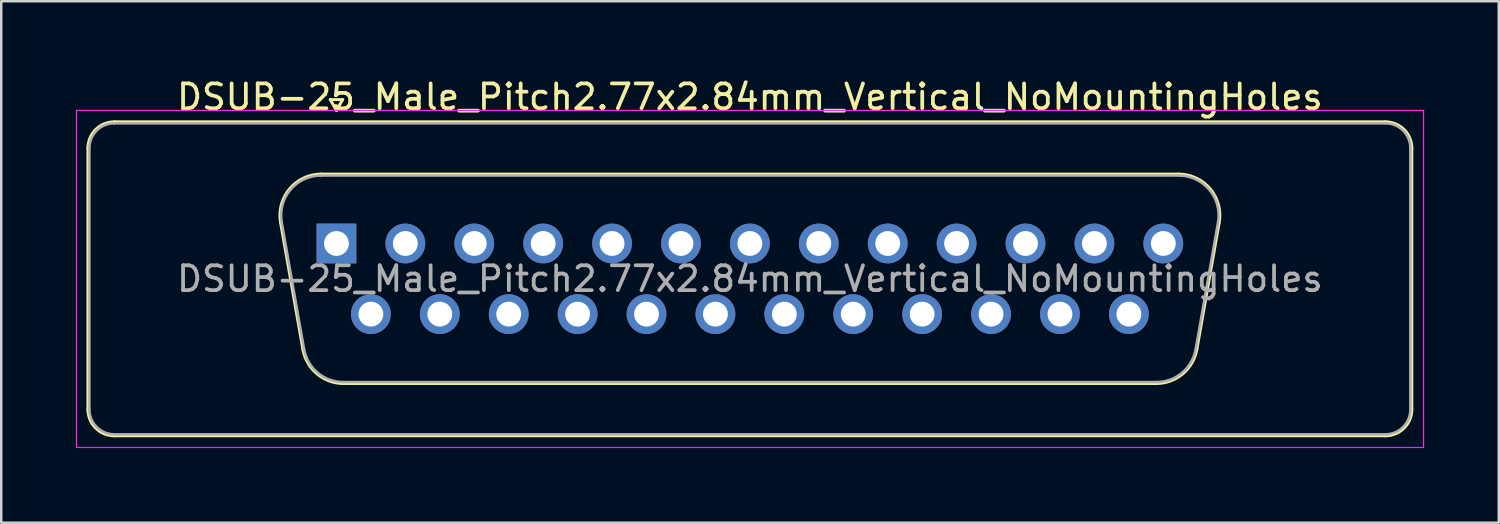
<source format=kicad_pcb>
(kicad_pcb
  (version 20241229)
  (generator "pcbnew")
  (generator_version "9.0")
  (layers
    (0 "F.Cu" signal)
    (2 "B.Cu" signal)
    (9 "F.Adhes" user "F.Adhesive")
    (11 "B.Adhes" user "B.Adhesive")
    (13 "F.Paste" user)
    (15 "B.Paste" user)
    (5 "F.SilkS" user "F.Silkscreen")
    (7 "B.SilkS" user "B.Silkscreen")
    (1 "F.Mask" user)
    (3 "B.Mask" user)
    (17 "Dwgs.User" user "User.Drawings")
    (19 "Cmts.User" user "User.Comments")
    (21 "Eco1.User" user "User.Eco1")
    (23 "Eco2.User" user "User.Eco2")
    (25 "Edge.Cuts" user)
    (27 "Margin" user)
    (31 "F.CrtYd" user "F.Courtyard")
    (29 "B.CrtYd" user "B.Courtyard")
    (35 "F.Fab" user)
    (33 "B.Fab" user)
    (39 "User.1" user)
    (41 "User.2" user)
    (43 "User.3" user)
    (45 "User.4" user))
  (footprint "DSUB-25_Male_Pitch2.77x2.84mm_Vertical_NoMountingHoles"
    (layer "F.Cu")
    (at 10.475 6.738)
    (property "Reference" "DSUB-25_Male_Pitch2.77x2.84mm_Vertical_NoMountingHoles" (at 16.62 -5.89 0) (layer "F.SilkS") (effects (font (size 1 1) (thickness 0.15))))
    (attr through_hole)
    (fp_line (start -9.99 6.67) (end -9.99 -3.83) (stroke (width 0.12) (type solid)) (layer "F.SilkS"))
    (fp_line (start -8.93 -4.89) (end 42.17 -4.89) (stroke (width 0.12) (type solid)) (layer "F.SilkS"))
    (fp_line (start -2.246 -0.842) (end -1.347 4.258) (stroke (width 0.12) (type solid)) (layer "F.SilkS"))
    (fp_line (start -0.612 -2.79) (end 33.852 -2.79) (stroke (width 0.12) (type solid)) (layer "F.SilkS"))
    (fp_line (start -0.25 -5.784) (end 0.25 -5.784) (stroke (width 0.12) (type solid)) (layer "F.SilkS"))
    (fp_line (start 0 -5.351) (end -0.25 -5.784) (stroke (width 0.12) (type solid)) (layer "F.SilkS"))
    (fp_line (start 0.25 -5.784) (end 0 -5.351) (stroke (width 0.12) (type solid)) (layer "F.SilkS"))
    (fp_line (start 0.288 5.63) (end 32.952 5.63) (stroke (width 0.12) (type solid)) (layer "F.SilkS"))
    (fp_line (start 35.486 -0.842) (end 34.587 4.258) (stroke (width 0.12) (type solid)) (layer "F.SilkS"))
    (fp_line (start 42.17 7.73) (end -8.93 7.73) (stroke (width 0.12) (type solid)) (layer "F.SilkS"))
    (fp_line (start 43.23 -3.83) (end 43.23 6.67) (stroke (width 0.12) (type solid)) (layer "F.SilkS"))
    (fp_arc (start -9.99 -3.83) (mid -9.679533 -4.579533) (end -8.93 -4.89) (stroke (width 0.12) (type solid)) (layer "F.SilkS"))
    (fp_arc (start -8.93 7.73) (mid -9.679533 7.419533) (end -9.99 6.67) (stroke (width 0.12) (type solid)) (layer "F.SilkS"))
    (fp_arc (start -2.24647 -0.841744) (mid -1.883323 -2.197028) (end -0.611689 -2.79) (stroke (width 0.12) (type solid)) (layer "F.SilkS"))
    (fp_arc (start 0.287579 5.63) (mid -0.779448 5.241634) (end -1.347202 4.258256) (stroke (width 0.12) (type solid)) (layer "F.SilkS"))
    (fp_arc (start 33.851689 -2.79) (mid 35.123323 -2.197027) (end 35.48647 -0.841744) (stroke (width 0.12) (type solid)) (layer "F.SilkS"))
    (fp_arc (start 34.587202 4.258256) (mid 34.019449 5.241634) (end 32.952421 5.63) (stroke (width 0.12) (type solid)) (layer "F.SilkS"))
    (fp_arc (start 42.17 -4.89) (mid 42.919533 -4.579533) (end 43.23 -3.83) (stroke (width 0.12) (type solid)) (layer "F.SilkS"))
    (fp_arc (start 43.23 6.67) (mid 42.919533 7.419533) (end 42.17 7.73) (stroke (width 0.12) (type solid)) (layer "F.SilkS"))
    (fp_line (start -10.45 -5.35) (end -10.45 8.2) (stroke (width 0.05) (type solid)) (layer "F.CrtYd"))
    (fp_line (start -10.45 8.2) (end 43.7 8.2) (stroke (width 0.05) (type solid)) (layer "F.CrtYd"))
    (fp_line (start 43.7 -5.35) (end -10.45 -5.35) (stroke (width 0.05) (type solid)) (layer "F.CrtYd"))
    (fp_line (start 43.7 8.2) (end 43.7 -5.35) (stroke (width 0.05) (type solid)) (layer "F.CrtYd"))
    (fp_line (start -9.93 6.67) (end -9.93 -3.83) (stroke (width 0.1) (type solid)) (layer "F.Fab"))
    (fp_line (start -8.93 -4.83) (end 42.17 -4.83) (stroke (width 0.1) (type solid)) (layer "F.Fab"))
    (fp_line (start -2.199 -0.852) (end -1.3 4.248) (stroke (width 0.1) (type solid)) (layer "F.Fab"))
    (fp_line (start -0.623 -2.73) (end 33.863 -2.73) (stroke (width 0.1) (type solid)) (layer "F.Fab"))
    (fp_line (start 0.276 5.57) (end 32.964 5.57) (stroke (width 0.1) (type solid)) (layer "F.Fab"))
    (fp_line (start 35.439 -0.852) (end 34.54 4.248) (stroke (width 0.1) (type solid)) (layer "F.Fab"))
    (fp_line (start 42.17 7.67) (end -8.93 7.67) (stroke (width 0.1) (type solid)) (layer "F.Fab"))
    (fp_line (start 43.17 -3.83) (end 43.17 6.67) (stroke (width 0.1) (type solid)) (layer "F.Fab"))
    (fp_arc (start -9.93 -3.83) (mid -9.637107 -4.537107) (end -8.93 -4.83) (stroke (width 0.1) (type solid)) (layer "F.Fab"))
    (fp_arc (start -8.93 7.67) (mid -9.637107 7.377107) (end -9.93 6.67) (stroke (width 0.1) (type solid)) (layer "F.Fab"))
    (fp_arc (start -2.198886 -0.852163) (mid -1.848865 -2.15846) (end -0.623194 -2.73) (stroke (width 0.1) (type solid)) (layer "F.Fab"))
    (fp_arc (start 0.276073 5.57) (mid -0.752387 5.195671) (end -1.299619 4.247837) (stroke (width 0.1) (type solid)) (layer "F.Fab"))
    (fp_arc (start 33.863194 -2.73) (mid 35.088865 -2.15846) (end 35.438886 -0.852163) (stroke (width 0.1) (type solid)) (layer "F.Fab"))
    (fp_arc (start 34.539619 4.247837) (mid 33.992387 5.195671) (end 32.963927 5.57) (stroke (width 0.1) (type solid)) (layer "F.Fab"))
    (fp_arc (start 42.17 -4.83) (mid 42.877107 -4.537107) (end 43.17 -3.83) (stroke (width 0.1) (type solid)) (layer "F.Fab"))
    (fp_arc (start 43.17 6.67) (mid 42.877107 7.377107) (end 42.17 7.67) (stroke (width 0.1) (type solid)) (layer "F.Fab"))
    (fp_text user "${REFERENCE}" (at 16.62 1.42 0) (layer "F.Fab") (effects (font (size 1 1) (thickness 0.15))))
    (pad "1" thru_hole rect (at 0 0) (size 1.6 1.6) (drill 1) (layers "*.Cu" "*.Mask"))
    (pad "2" thru_hole circle (at 2.77 0) (size 1.6 1.6) (drill 1) (layers "*.Cu" "*.Mask"))
    (pad "3" thru_hole circle (at 5.54 0) (size 1.6 1.6) (drill 1) (layers "*.Cu" "*.Mask"))
    (pad "4" thru_hole circle (at 8.31 0) (size 1.6 1.6) (drill 1) (layers "*.Cu" "*.Mask"))
    (pad "5" thru_hole circle (at 11.08 0) (size 1.6 1.6) (drill 1) (layers "*.Cu" "*.Mask"))
    (pad "6" thru_hole circle (at 13.85 0) (size 1.6 1.6) (drill 1) (layers "*.Cu" "*.Mask"))
    (pad "7" thru_hole circle (at 16.62 0) (size 1.6 1.6) (drill 1) (layers "*.Cu" "*.Mask"))
    (pad "8" thru_hole circle (at 19.39 0) (size 1.6 1.6) (drill 1) (layers "*.Cu" "*.Mask"))
    (pad "9" thru_hole circle (at 22.16 0) (size 1.6 1.6) (drill 1) (layers "*.Cu" "*.Mask"))
    (pad "10" thru_hole circle (at 24.93 0) (size 1.6 1.6) (drill 1) (layers "*.Cu" "*.Mask"))
    (pad "11" thru_hole circle (at 27.7 0) (size 1.6 1.6) (drill 1) (layers "*.Cu" "*.Mask"))
    (pad "12" thru_hole circle (at 30.47 0) (size 1.6 1.6) (drill 1) (layers "*.Cu" "*.Mask"))
    (pad "13" thru_hole circle (at 33.24 0) (size 1.6 1.6) (drill 1) (layers "*.Cu" "*.Mask"))
    (pad "14" thru_hole circle (at 1.385 2.84) (size 1.6 1.6) (drill 1) (layers "*.Cu" "*.Mask"))
    (pad "15" thru_hole circle (at 4.155 2.84) (size 1.6 1.6) (drill 1) (layers "*.Cu" "*.Mask"))
    (pad "16" thru_hole circle (at 6.925 2.84) (size 1.6 1.6) (drill 1) (layers "*.Cu" "*.Mask"))
    (pad "17" thru_hole circle (at 9.695 2.84) (size 1.6 1.6) (drill 1) (layers "*.Cu" "*.Mask"))
    (pad "18" thru_hole circle (at 12.465 2.84) (size 1.6 1.6) (drill 1) (layers "*.Cu" "*.Mask"))
    (pad "19" thru_hole circle (at 15.235 2.84) (size 1.6 1.6) (drill 1) (layers "*.Cu" "*.Mask"))
    (pad "20" thru_hole circle (at 18.005 2.84) (size 1.6 1.6) (drill 1) (layers "*.Cu" "*.Mask"))
    (pad "21" thru_hole circle (at 20.775 2.84) (size 1.6 1.6) (drill 1) (layers "*.Cu" "*.Mask"))
    (pad "22" thru_hole circle (at 23.545 2.84) (size 1.6 1.6) (drill 1) (layers "*.Cu" "*.Mask"))
    (pad "23" thru_hole circle (at 26.315 2.84) (size 1.6 1.6) (drill 1) (layers "*.Cu" "*.Mask"))
    (pad "24" thru_hole circle (at 29.085 2.84) (size 1.6 1.6) (drill 1) (layers "*.Cu" "*.Mask"))
    (pad "25" thru_hole circle (at 31.855 2.84) (size 1.6 1.6) (drill 1) (layers "*.Cu" "*.Mask")))
  (gr_rect
    (start -3 -3)
    (end 57.2 17.963)
    (stroke (width 0.1) (type default))
    (fill no)
    (layer "Edge.Cuts")))
</source>
